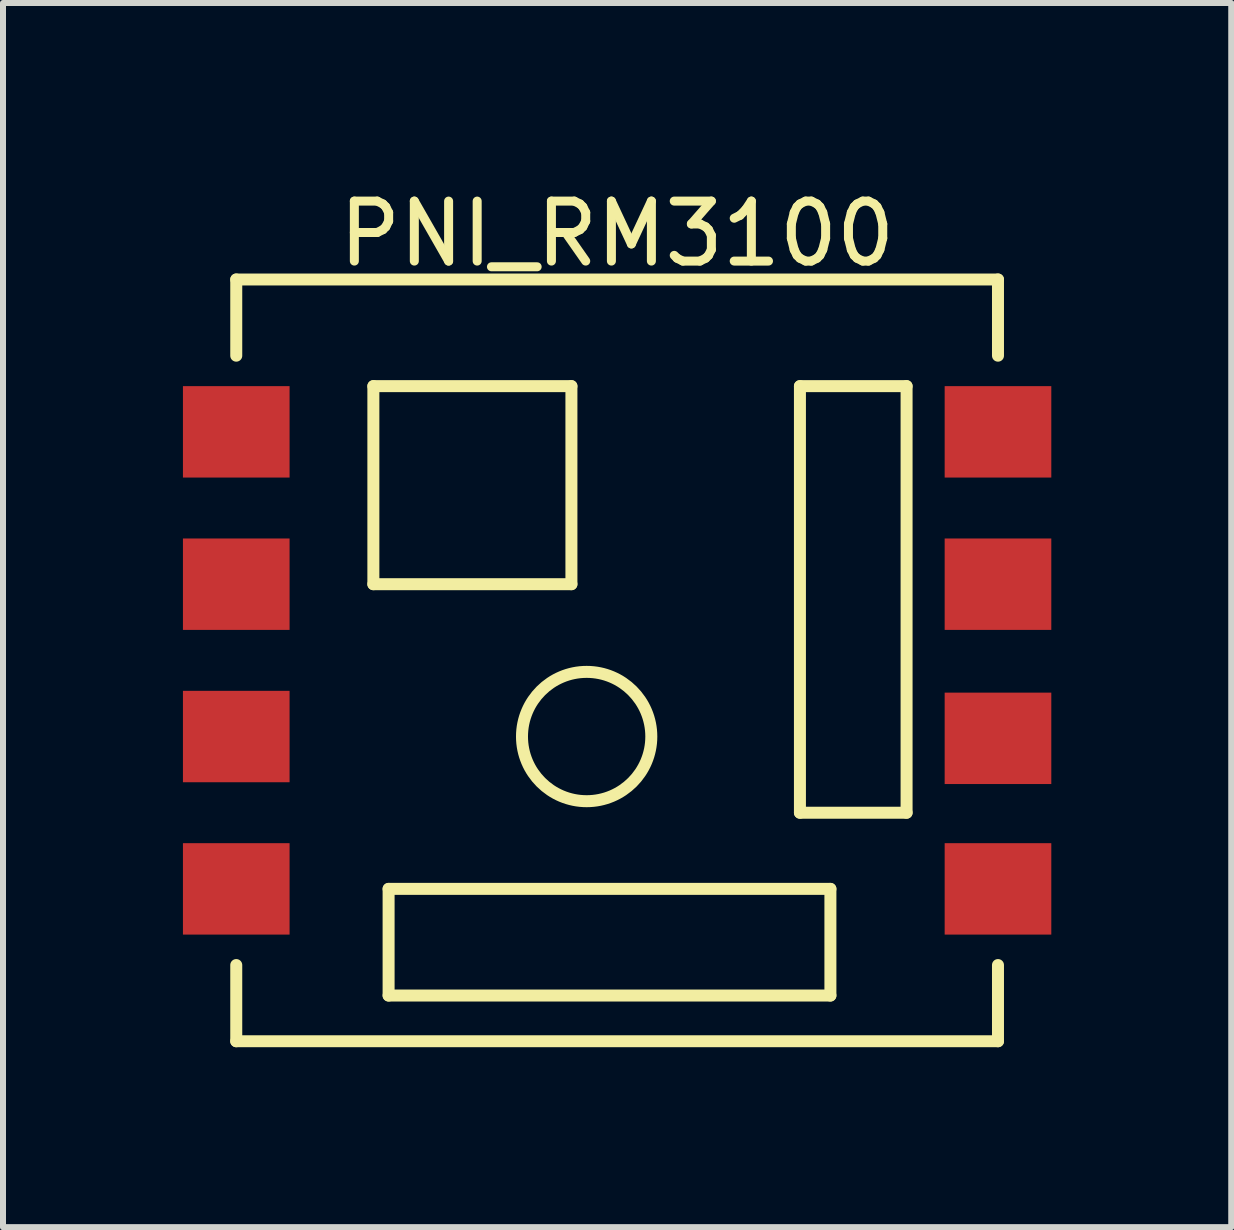
<source format=kicad_pcb>
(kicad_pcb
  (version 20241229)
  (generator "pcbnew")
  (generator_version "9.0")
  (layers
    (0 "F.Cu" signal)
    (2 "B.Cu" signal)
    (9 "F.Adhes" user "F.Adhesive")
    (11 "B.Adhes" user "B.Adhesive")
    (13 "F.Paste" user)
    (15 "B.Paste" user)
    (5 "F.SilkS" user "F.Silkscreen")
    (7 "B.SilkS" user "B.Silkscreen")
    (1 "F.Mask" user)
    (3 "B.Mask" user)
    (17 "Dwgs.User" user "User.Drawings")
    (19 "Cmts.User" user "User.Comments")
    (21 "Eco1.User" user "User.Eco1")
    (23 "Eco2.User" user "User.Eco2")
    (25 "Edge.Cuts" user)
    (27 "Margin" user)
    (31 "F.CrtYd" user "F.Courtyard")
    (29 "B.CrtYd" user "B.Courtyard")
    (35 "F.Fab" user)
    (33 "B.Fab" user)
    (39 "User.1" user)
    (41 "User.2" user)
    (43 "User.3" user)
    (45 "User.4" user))
  (footprint "PNI_RM3100"
    (layer "F.Cu")
    (at 7.239 7.96)
    (property "Reference" "PNI_RM3100" (at 0 -7.112 0) (layer "F.SilkS") (effects (font (size 1 1) (thickness 0.15))))
    (attr through_hole)
    (fp_line (start -6.35 -6.35) (end -6.35 -5.08) (stroke (width 0.2) (type solid)) (layer "F.SilkS"))
    (fp_line (start -6.35 6.35) (end -6.35 5.08) (stroke (width 0.2) (type solid)) (layer "F.SilkS"))
    (fp_line (start -6.35 6.35) (end 6.35 6.35) (stroke (width 0.2) (type solid)) (layer "F.SilkS"))
    (fp_line (start -4.064 -4.572) (end -0.762 -4.572) (stroke (width 0.2) (type solid)) (layer "F.SilkS"))
    (fp_line (start -4.064 -1.27) (end -4.064 -4.572) (stroke (width 0.2) (type solid)) (layer "F.SilkS"))
    (fp_line (start -3.81 3.81) (end 3.556 3.81) (stroke (width 0.2) (type solid)) (layer "F.SilkS"))
    (fp_line (start -3.81 5.588) (end -3.81 3.81) (stroke (width 0.2) (type solid)) (layer "F.SilkS"))
    (fp_line (start -0.762 -4.572) (end -0.762 -1.27) (stroke (width 0.2) (type solid)) (layer "F.SilkS"))
    (fp_line (start -0.762 -1.27) (end -4.064 -1.27) (stroke (width 0.2) (type solid)) (layer "F.SilkS"))
    (fp_line (start 3.048 -4.572) (end 4.826 -4.572) (stroke (width 0.2) (type solid)) (layer "F.SilkS"))
    (fp_line (start 3.048 2.54) (end 3.048 -4.572) (stroke (width 0.2) (type solid)) (layer "F.SilkS"))
    (fp_line (start 3.556 3.81) (end 3.556 5.588) (stroke (width 0.2) (type solid)) (layer "F.SilkS"))
    (fp_line (start 3.556 5.588) (end -3.81 5.588) (stroke (width 0.2) (type solid)) (layer "F.SilkS"))
    (fp_line (start 4.826 -4.572) (end 4.826 2.54) (stroke (width 0.2) (type solid)) (layer "F.SilkS"))
    (fp_line (start 4.826 2.54) (end 3.048 2.54) (stroke (width 0.2) (type solid)) (layer "F.SilkS"))
    (fp_line (start 6.35 -6.35) (end -6.35 -6.35) (stroke (width 0.2) (type solid)) (layer "F.SilkS"))
    (fp_line (start 6.35 -6.35) (end 6.35 -5.08) (stroke (width 0.2) (type solid)) (layer "F.SilkS"))
    (fp_line (start 6.35 6.35) (end 6.35 5.08) (stroke (width 0.2) (type solid)) (layer "F.SilkS"))
    (fp_circle (center -0.508 1.27) (end 0.57 1.27) (stroke (width 0.2) (type solid)) (fill no) (layer "F.SilkS"))
    (pad "1" smd rect (at -6.35 -3.81) (size 1.778 1.524) (layers "F.Cu" "F.Mask" "F.Paste"))
    (pad "2" smd rect (at -6.35 -1.27) (size 1.778 1.524) (layers "F.Cu" "F.Mask" "F.Paste"))
    (pad "3" smd rect (at -6.35 1.27) (size 1.778 1.524) (layers "F.Cu" "F.Mask" "F.Paste"))
    (pad "4" smd rect (at -6.35 3.81) (size 1.778 1.524) (layers "F.Cu" "F.Mask" "F.Paste"))
    (pad "5" smd rect (at 6.35 3.81) (size 1.778 1.524) (layers "F.Cu" "F.Mask" "F.Paste"))
    (pad "6" smd rect (at 6.35 1.3) (size 1.778 1.524) (layers "F.Cu" "F.Mask" "F.Paste"))
    (pad "7" smd rect (at 6.35 -1.27) (size 1.778 1.524) (layers "F.Cu" "F.Mask" "F.Paste"))
    (pad "8" smd rect (at 6.35 -3.81) (size 1.778 1.524) (layers "F.Cu" "F.Mask" "F.Paste")))
  (gr_rect
    (start -3 -3)
    (end 17.478 17.41)
    (stroke (width 0.1) (type default))
    (fill no)
    (layer "Edge.Cuts")))
</source>
